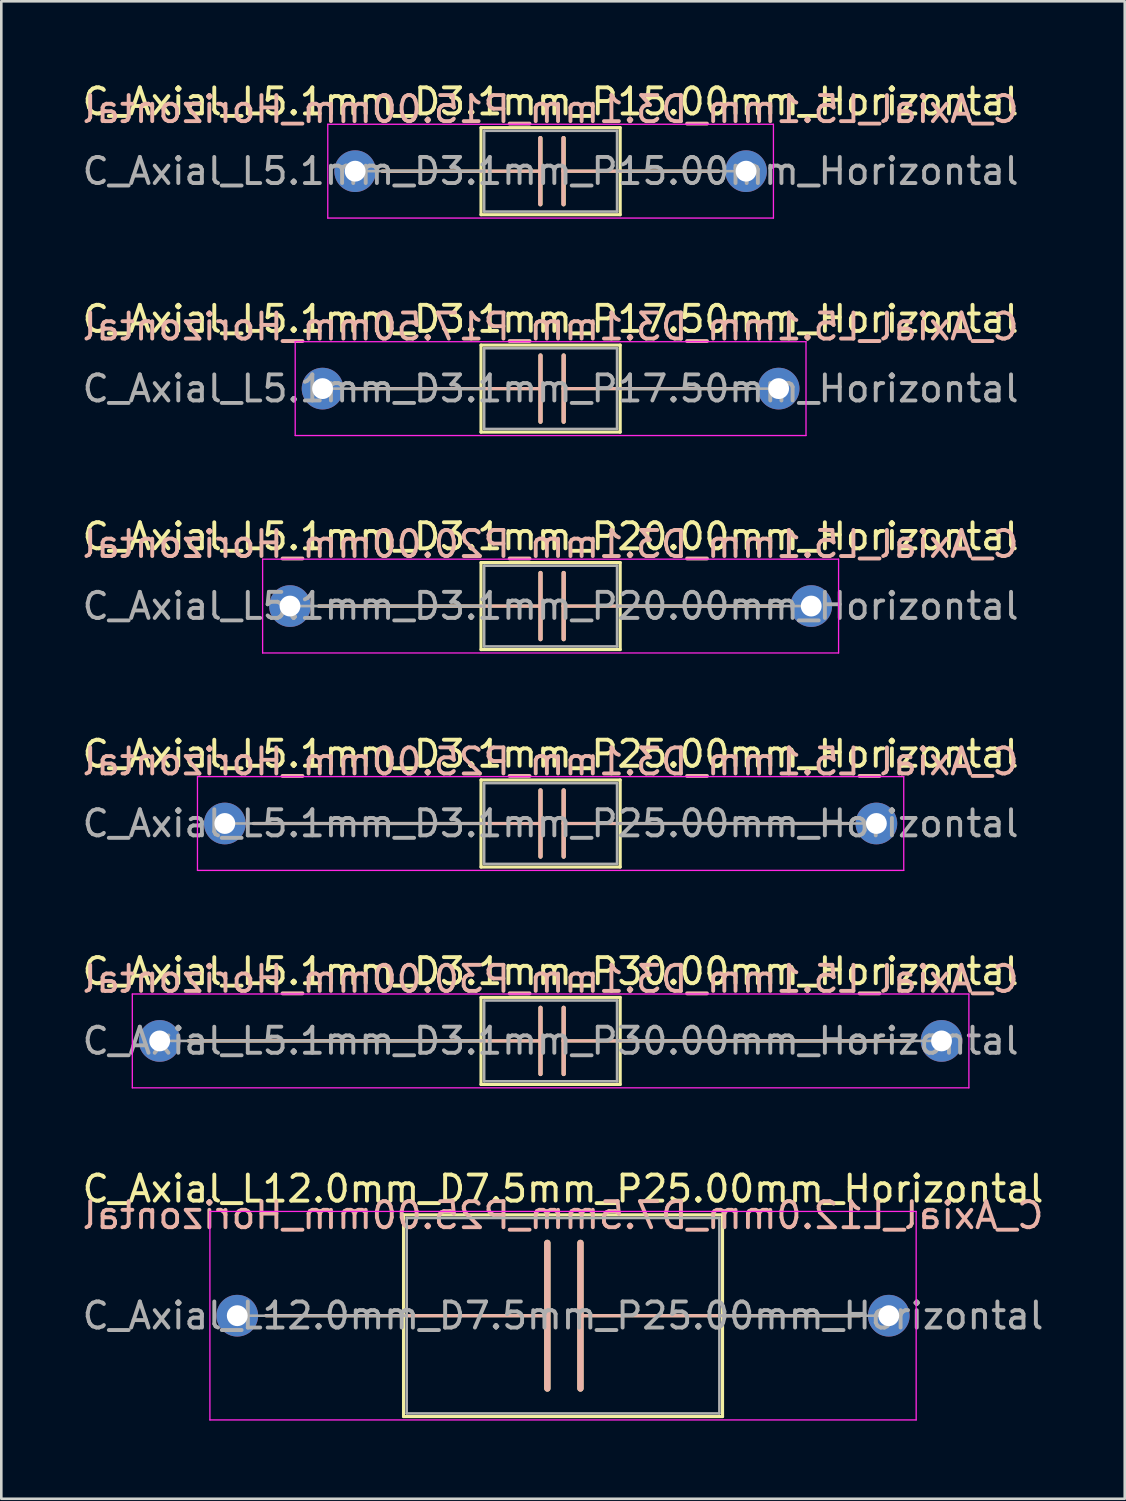
<source format=kicad_pcb>
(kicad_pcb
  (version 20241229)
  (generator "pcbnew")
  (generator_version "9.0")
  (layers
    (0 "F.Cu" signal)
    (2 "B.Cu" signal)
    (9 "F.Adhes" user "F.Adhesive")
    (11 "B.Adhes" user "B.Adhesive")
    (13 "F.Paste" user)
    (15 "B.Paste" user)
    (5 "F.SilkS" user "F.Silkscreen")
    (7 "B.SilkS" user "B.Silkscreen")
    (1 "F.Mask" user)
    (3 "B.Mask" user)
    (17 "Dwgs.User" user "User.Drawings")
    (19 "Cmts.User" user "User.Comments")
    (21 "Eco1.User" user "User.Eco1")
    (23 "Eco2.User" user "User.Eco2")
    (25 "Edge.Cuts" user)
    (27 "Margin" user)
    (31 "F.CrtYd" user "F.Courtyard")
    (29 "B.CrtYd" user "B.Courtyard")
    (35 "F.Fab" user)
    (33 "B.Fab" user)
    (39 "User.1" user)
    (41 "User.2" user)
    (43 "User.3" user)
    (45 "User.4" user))
  (footprint "C_Axial_L5.1mm_D3.1mm_P30.00mm_Horizontal"
    (layer "F.Cu")
    (at 3.077 36.891)
    (property "Reference" "C_Axial_L5.1mm_D3.1mm_P30.00mm_Horizontal" (at 15 -2.67 0) (layer "F.SilkS") (effects (font (size 1 1) (thickness 0.15))))
    (fp_line (start 1.1 0) (end 12.33 0) (stroke (width 0.12) (type solid)) (layer "F.SilkS"))
    (fp_line (start 12.33 -1.67) (end 12.33 1.67) (stroke (width 0.12) (type solid)) (layer "F.SilkS"))
    (fp_line (start 12.33 0) (end 14.612 0) (stroke (width 0.12) (type solid)) (layer "F.SilkS"))
    (fp_line (start 12.33 1.67) (end 17.67 1.67) (stroke (width 0.12) (type solid)) (layer "F.SilkS"))
    (fp_line (start 14.612 0) (end 14.612 -1.27) (stroke (width 0.16) (type solid)) (layer "F.SilkS"))
    (fp_line (start 14.612 0) (end 14.612 1.27) (stroke (width 0.16) (type solid)) (layer "F.SilkS"))
    (fp_line (start 15.501 0) (end 15.501 -1.27) (stroke (width 0.16) (type solid)) (layer "F.SilkS"))
    (fp_line (start 15.501 0) (end 15.501 1.27) (stroke (width 0.16) (type solid)) (layer "F.SilkS"))
    (fp_line (start 17.67 -1.67) (end 12.33 -1.67) (stroke (width 0.12) (type solid)) (layer "F.SilkS"))
    (fp_line (start 17.67 0) (end 15.501 0) (stroke (width 0.12) (type solid)) (layer "F.SilkS"))
    (fp_line (start 17.67 1.67) (end 17.67 -1.67) (stroke (width 0.12) (type solid)) (layer "F.SilkS"))
    (fp_line (start 28.9 0) (end 17.67 0) (stroke (width 0.12) (type solid)) (layer "F.SilkS"))
    (fp_line (start 1.1 0) (end 12.33 0) (stroke (width 0.12) (type solid)) (layer "B.SilkS"))
    (fp_line (start 12.33 0) (end 14.612 0) (stroke (width 0.12) (type solid)) (layer "B.SilkS"))
    (fp_line (start 14.612 0) (end 14.612 -1.27) (stroke (width 0.16) (type solid)) (layer "B.SilkS"))
    (fp_line (start 14.612 0) (end 14.612 1.27) (stroke (width 0.16) (type solid)) (layer "B.SilkS"))
    (fp_line (start 15.501 0) (end 15.501 -1.27) (stroke (width 0.16) (type solid)) (layer "B.SilkS"))
    (fp_line (start 15.501 0) (end 15.501 1.27) (stroke (width 0.16) (type solid)) (layer "B.SilkS"))
    (fp_line (start 17.67 0) (end 15.501 0) (stroke (width 0.12) (type solid)) (layer "B.SilkS"))
    (fp_line (start 28.9 0) (end 17.67 0) (stroke (width 0.12) (type solid)) (layer "B.SilkS"))
    (fp_line (start -1.05 -1.8) (end -1.05 1.8) (stroke (width 0.05) (type solid)) (layer "F.CrtYd"))
    (fp_line (start -1.05 1.8) (end 31.05 1.8) (stroke (width 0.05) (type solid)) (layer "F.CrtYd"))
    (fp_line (start 31.05 -1.8) (end -1.05 -1.8) (stroke (width 0.05) (type solid)) (layer "F.CrtYd"))
    (fp_line (start 31.05 1.8) (end 31.05 -1.8) (stroke (width 0.05) (type solid)) (layer "F.CrtYd"))
    (fp_line (start 0 0) (end 12.45 0) (stroke (width 0.1) (type solid)) (layer "F.Fab"))
    (fp_line (start 12.45 -1.55) (end 12.45 1.55) (stroke (width 0.1) (type solid)) (layer "F.Fab"))
    (fp_line (start 12.45 1.55) (end 17.55 1.55) (stroke (width 0.1) (type solid)) (layer "F.Fab"))
    (fp_line (start 17.55 -1.55) (end 12.45 -1.55) (stroke (width 0.1) (type solid)) (layer "F.Fab"))
    (fp_line (start 17.55 1.55) (end 17.55 -1.55) (stroke (width 0.1) (type solid)) (layer "F.Fab"))
    (fp_line (start 30 0) (end 17.55 0) (stroke (width 0.1) (type solid)) (layer "F.Fab"))
    (fp_text user "${REFERENCE}" (at 15 -2.375 0) (layer "B.SilkS") (effects (font (size 1 1) (thickness 0.15)) (justify mirror)))
    (fp_text user "${REFERENCE}" (at 15 0 0) (layer "F.Fab") (effects (font (size 1 1) (thickness 0.15))))
    (pad "1" thru_hole circle (at 0 0) (size 1.6 1.6) (drill 0.8) (layers "*.Cu" "*.Mask"))
    (pad "2" thru_hole oval (at 30 0) (size 1.6 1.6) (drill 0.8) (layers "*.Cu" "*.Mask")))
  (footprint "C_Axial_L12.0mm_D7.5mm_P25.00mm_Horizontal"
    (layer "F.Cu")
    (at 6.054 47.434)
    (property "Reference" "C_Axial_L12.0mm_D7.5mm_P25.00mm_Horizontal" (at 12.5 -4.87 0) (layer "F.SilkS") (effects (font (size 1 1) (thickness 0.15))))
    (fp_line (start 1.1 0) (end 6.38 0) (stroke (width 0.12) (type solid)) (layer "F.SilkS"))
    (fp_line (start 6.38 -3.87) (end 6.38 3.87) (stroke (width 0.12) (type solid)) (layer "F.SilkS"))
    (fp_line (start 6.38 0) (end 11.898 0) (stroke (width 0.12) (type solid)) (layer "F.SilkS"))
    (fp_line (start 6.38 3.87) (end 18.62 3.87) (stroke (width 0.12) (type solid)) (layer "F.SilkS"))
    (fp_line (start 11.898 -2.794) (end 11.898 2.794) (stroke (width 0.24) (type solid)) (layer "F.SilkS"))
    (fp_line (start 13.168 2.794) (end 13.168 -2.794) (stroke (width 0.24) (type solid)) (layer "F.SilkS"))
    (fp_line (start 18.62 -3.87) (end 6.38 -3.87) (stroke (width 0.12) (type solid)) (layer "F.SilkS"))
    (fp_line (start 18.62 0) (end 13.168 0) (stroke (width 0.12) (type solid)) (layer "F.SilkS"))
    (fp_line (start 18.62 3.87) (end 18.62 -3.87) (stroke (width 0.12) (type solid)) (layer "F.SilkS"))
    (fp_line (start 23.9 0) (end 18.62 0) (stroke (width 0.12) (type solid)) (layer "F.SilkS"))
    (fp_line (start 1.1 0) (end 6.38 0) (stroke (width 0.12) (type solid)) (layer "B.SilkS"))
    (fp_line (start 6.38 0) (end 11.898 0) (stroke (width 0.12) (type solid)) (layer "B.SilkS"))
    (fp_line (start 11.898 2.794) (end 11.898 -2.794) (stroke (width 0.24) (type solid)) (layer "B.SilkS"))
    (fp_line (start 13.168 -2.794) (end 13.168 2.794) (stroke (width 0.24) (type solid)) (layer "B.SilkS"))
    (fp_line (start 18.62 0) (end 13.168 0) (stroke (width 0.12) (type solid)) (layer "B.SilkS"))
    (fp_line (start 23.9 0) (end 18.62 0) (stroke (width 0.12) (type solid)) (layer "B.SilkS"))
    (fp_line (start -1.05 -4) (end -1.05 4) (stroke (width 0.05) (type solid)) (layer "F.CrtYd"))
    (fp_line (start -1.05 4) (end 26.05 4) (stroke (width 0.05) (type solid)) (layer "F.CrtYd"))
    (fp_line (start 26.05 -4) (end -1.05 -4) (stroke (width 0.05) (type solid)) (layer "F.CrtYd"))
    (fp_line (start 26.05 4) (end 26.05 -4) (stroke (width 0.05) (type solid)) (layer "F.CrtYd"))
    (fp_line (start 0 0) (end 6.5 0) (stroke (width 0.1) (type solid)) (layer "F.Fab"))
    (fp_line (start 6.5 -3.75) (end 6.5 3.75) (stroke (width 0.1) (type solid)) (layer "F.Fab"))
    (fp_line (start 6.5 3.75) (end 18.5 3.75) (stroke (width 0.1) (type solid)) (layer "F.Fab"))
    (fp_line (start 18.5 -3.75) (end 6.5 -3.75) (stroke (width 0.1) (type solid)) (layer "F.Fab"))
    (fp_line (start 18.5 3.75) (end 18.5 -3.75) (stroke (width 0.1) (type solid)) (layer "F.Fab"))
    (fp_line (start 25 0) (end 18.5 0) (stroke (width 0.1) (type solid)) (layer "F.Fab"))
    (fp_text user "${REFERENCE}" (at 12.5 -3.85 0) (layer "B.SilkS") (effects (font (size 1 1) (thickness 0.15)) (justify mirror)))
    (fp_text user "${REFERENCE}" (at 12.5 0 0) (layer "F.Fab") (effects (font (size 1 1) (thickness 0.15))))
    (pad "1" thru_hole circle (at 0 0) (size 1.6 1.6) (drill 0.8) (layers "*.Cu" "*.Mask"))
    (pad "2" thru_hole oval (at 25 0) (size 1.6 1.6) (drill 0.8) (layers "*.Cu" "*.Mask")))
  (footprint "C_Axial_L5.1mm_D3.1mm_P20.00mm_Horizontal"
    (layer "F.Cu")
    (at 8.077 20.205)
    (property "Reference" "C_Axial_L5.1mm_D3.1mm_P20.00mm_Horizontal" (at 10 -2.67 0) (layer "F.SilkS") (effects (font (size 1 1) (thickness 0.15))))
    (fp_line (start 1.1 0) (end 7.33 0) (stroke (width 0.12) (type solid)) (layer "F.SilkS"))
    (fp_line (start 7.33 -1.67) (end 7.33 1.67) (stroke (width 0.12) (type solid)) (layer "F.SilkS"))
    (fp_line (start 7.33 0) (end 9.612 0) (stroke (width 0.12) (type solid)) (layer "F.SilkS"))
    (fp_line (start 7.33 1.67) (end 12.67 1.67) (stroke (width 0.12) (type solid)) (layer "F.SilkS"))
    (fp_line (start 9.612 0) (end 9.612 -1.27) (stroke (width 0.16) (type solid)) (layer "F.SilkS"))
    (fp_line (start 9.612 0) (end 9.612 1.27) (stroke (width 0.16) (type solid)) (layer "F.SilkS"))
    (fp_line (start 10.501 0) (end 10.501 -1.27) (stroke (width 0.16) (type solid)) (layer "F.SilkS"))
    (fp_line (start 10.501 0) (end 10.501 1.27) (stroke (width 0.16) (type solid)) (layer "F.SilkS"))
    (fp_line (start 12.67 -1.67) (end 7.33 -1.67) (stroke (width 0.12) (type solid)) (layer "F.SilkS"))
    (fp_line (start 12.67 0) (end 10.501 0) (stroke (width 0.12) (type solid)) (layer "F.SilkS"))
    (fp_line (start 12.67 1.67) (end 12.67 -1.67) (stroke (width 0.12) (type solid)) (layer "F.SilkS"))
    (fp_line (start 18.9 0) (end 12.67 0) (stroke (width 0.12) (type solid)) (layer "F.SilkS"))
    (fp_line (start 1.1 0) (end 7.33 0) (stroke (width 0.12) (type solid)) (layer "B.SilkS"))
    (fp_line (start 7.33 0) (end 9.612 0) (stroke (width 0.12) (type solid)) (layer "B.SilkS"))
    (fp_line (start 9.612 0) (end 9.612 -1.27) (stroke (width 0.16) (type solid)) (layer "B.SilkS"))
    (fp_line (start 9.612 0) (end 9.612 1.27) (stroke (width 0.16) (type solid)) (layer "B.SilkS"))
    (fp_line (start 10.501 0) (end 10.501 -1.27) (stroke (width 0.16) (type solid)) (layer "B.SilkS"))
    (fp_line (start 10.501 0) (end 10.501 1.27) (stroke (width 0.16) (type solid)) (layer "B.SilkS"))
    (fp_line (start 12.67 0) (end 10.501 0) (stroke (width 0.12) (type solid)) (layer "B.SilkS"))
    (fp_line (start 18.9 0) (end 12.67 0) (stroke (width 0.12) (type solid)) (layer "B.SilkS"))
    (fp_line (start -1.05 -1.8) (end -1.05 1.8) (stroke (width 0.05) (type solid)) (layer "F.CrtYd"))
    (fp_line (start -1.05 1.8) (end 21.05 1.8) (stroke (width 0.05) (type solid)) (layer "F.CrtYd"))
    (fp_line (start 21.05 -1.8) (end -1.05 -1.8) (stroke (width 0.05) (type solid)) (layer "F.CrtYd"))
    (fp_line (start 21.05 1.8) (end 21.05 -1.8) (stroke (width 0.05) (type solid)) (layer "F.CrtYd"))
    (fp_line (start 0 0) (end 7.45 0) (stroke (width 0.1) (type solid)) (layer "F.Fab"))
    (fp_line (start 7.45 -1.55) (end 7.45 1.55) (stroke (width 0.1) (type solid)) (layer "F.Fab"))
    (fp_line (start 7.45 1.55) (end 12.55 1.55) (stroke (width 0.1) (type solid)) (layer "F.Fab"))
    (fp_line (start 12.55 -1.55) (end 7.45 -1.55) (stroke (width 0.1) (type solid)) (layer "F.Fab"))
    (fp_line (start 12.55 1.55) (end 12.55 -1.55) (stroke (width 0.1) (type solid)) (layer "F.Fab"))
    (fp_line (start 20 0) (end 12.55 0) (stroke (width 0.1) (type solid)) (layer "F.Fab"))
    (fp_text user "${REFERENCE}" (at 10 -2.375 0) (layer "B.SilkS") (effects (font (size 1 1) (thickness 0.15)) (justify mirror)))
    (fp_text user "${REFERENCE}" (at 10 0 0) (layer "F.Fab") (effects (font (size 1 1) (thickness 0.15))))
    (pad "1" thru_hole circle (at 0 0) (size 1.6 1.6) (drill 0.8) (layers "*.Cu" "*.Mask"))
    (pad "2" thru_hole oval (at 20 0) (size 1.6 1.6) (drill 0.8) (layers "*.Cu" "*.Mask")))
  (footprint "C_Axial_L5.1mm_D3.1mm_P15.00mm_Horizontal"
    (layer "F.Cu")
    (at 10.577 3.518)
    (property "Reference" "C_Axial_L5.1mm_D3.1mm_P15.00mm_Horizontal" (at 7.5 -2.67 0) (layer "F.SilkS") (effects (font (size 1 1) (thickness 0.15))))
    (fp_line (start 1.04 0) (end 4.83 0) (stroke (width 0.12) (type solid)) (layer "F.SilkS"))
    (fp_line (start 4.826 0) (end 7.112 0) (stroke (width 0.12) (type solid)) (layer "F.SilkS"))
    (fp_line (start 4.83 -1.67) (end 4.83 1.67) (stroke (width 0.12) (type solid)) (layer "F.SilkS"))
    (fp_line (start 4.83 1.67) (end 10.17 1.67) (stroke (width 0.12) (type solid)) (layer "F.SilkS"))
    (fp_line (start 7.112 0) (end 7.112 -1.27) (stroke (width 0.16) (type solid)) (layer "F.SilkS"))
    (fp_line (start 7.112 0) (end 7.112 1.27) (stroke (width 0.16) (type solid)) (layer "F.SilkS"))
    (fp_line (start 8.001 0) (end 8.001 -1.27) (stroke (width 0.16) (type solid)) (layer "F.SilkS"))
    (fp_line (start 8.001 0) (end 8.001 1.27) (stroke (width 0.16) (type solid)) (layer "F.SilkS"))
    (fp_line (start 10.17 -1.67) (end 4.83 -1.67) (stroke (width 0.12) (type solid)) (layer "F.SilkS"))
    (fp_line (start 10.17 0) (end 8.001 0) (stroke (width 0.12) (type solid)) (layer "F.SilkS"))
    (fp_line (start 10.17 1.67) (end 10.17 -1.67) (stroke (width 0.12) (type solid)) (layer "F.SilkS"))
    (fp_line (start 13.96 0) (end 10.17 0) (stroke (width 0.12) (type solid)) (layer "F.SilkS"))
    (fp_line (start 1.03 0) (end 4.82 0) (stroke (width 0.12) (type solid)) (layer "B.SilkS"))
    (fp_line (start 4.816 0) (end 7.102 0) (stroke (width 0.12) (type solid)) (layer "B.SilkS"))
    (fp_line (start 7.102 0) (end 7.102 -1.27) (stroke (width 0.16) (type solid)) (layer "B.SilkS"))
    (fp_line (start 7.102 0) (end 7.102 1.27) (stroke (width 0.16) (type solid)) (layer "B.SilkS"))
    (fp_line (start 7.991 0) (end 7.991 -1.27) (stroke (width 0.16) (type solid)) (layer "B.SilkS"))
    (fp_line (start 7.991 0) (end 7.991 1.27) (stroke (width 0.16) (type solid)) (layer "B.SilkS"))
    (fp_line (start 10.16 0) (end 7.991 0) (stroke (width 0.12) (type solid)) (layer "B.SilkS"))
    (fp_line (start 13.95 0) (end 10.16 0) (stroke (width 0.12) (type solid)) (layer "B.SilkS"))
    (fp_line (start -1.05 -1.8) (end -1.05 1.8) (stroke (width 0.05) (type solid)) (layer "F.CrtYd"))
    (fp_line (start -1.05 1.8) (end 16.05 1.8) (stroke (width 0.05) (type solid)) (layer "F.CrtYd"))
    (fp_line (start 16.05 -1.8) (end -1.05 -1.8) (stroke (width 0.05) (type solid)) (layer "F.CrtYd"))
    (fp_line (start 16.05 1.8) (end 16.05 -1.8) (stroke (width 0.05) (type solid)) (layer "F.CrtYd"))
    (fp_line (start 0 0) (end 4.95 0) (stroke (width 0.1) (type solid)) (layer "F.Fab"))
    (fp_line (start 4.95 -1.55) (end 4.95 1.55) (stroke (width 0.1) (type solid)) (layer "F.Fab"))
    (fp_line (start 4.95 1.55) (end 10.05 1.55) (stroke (width 0.1) (type solid)) (layer "F.Fab"))
    (fp_line (start 10.05 -1.55) (end 4.95 -1.55) (stroke (width 0.1) (type solid)) (layer "F.Fab"))
    (fp_line (start 10.05 1.55) (end 10.05 -1.55) (stroke (width 0.1) (type solid)) (layer "F.Fab"))
    (fp_line (start 15 0) (end 10.05 0) (stroke (width 0.1) (type solid)) (layer "F.Fab"))
    (fp_text user "${REFERENCE}" (at 7.5 -2.375 0) (layer "B.SilkS") (effects (font (size 1 1) (thickness 0.15)) (justify mirror)))
    (fp_text user "${REFERENCE}" (at 7.5 0 0) (layer "F.Fab") (effects (font (size 1 1) (thickness 0.15))))
    (pad "1" thru_hole circle (at 0 0) (size 1.6 1.6) (drill 0.8) (layers "*.Cu" "*.Mask"))
    (pad "2" thru_hole oval (at 15 0) (size 1.6 1.6) (drill 0.8) (layers "*.Cu" "*.Mask")))
  (footprint "C_Axial_L5.1mm_D3.1mm_P17.50mm_Horizontal"
    (layer "F.Cu")
    (at 9.327 11.861)
    (property "Reference" "C_Axial_L5.1mm_D3.1mm_P17.50mm_Horizontal" (at 8.75 -2.67 0) (layer "F.SilkS") (effects (font (size 1 1) (thickness 0.15))))
    (fp_line (start 1.1 0) (end 6.08 0) (stroke (width 0.12) (type solid)) (layer "F.SilkS"))
    (fp_line (start 6.08 -1.67) (end 6.08 1.67) (stroke (width 0.12) (type solid)) (layer "F.SilkS"))
    (fp_line (start 6.08 0) (end 8.362 0) (stroke (width 0.12) (type solid)) (layer "F.SilkS"))
    (fp_line (start 6.08 1.67) (end 11.42 1.67) (stroke (width 0.12) (type solid)) (layer "F.SilkS"))
    (fp_line (start 8.362 0) (end 8.362 -1.27) (stroke (width 0.16) (type solid)) (layer "F.SilkS"))
    (fp_line (start 8.362 0) (end 8.362 1.27) (stroke (width 0.16) (type solid)) (layer "F.SilkS"))
    (fp_line (start 9.251 0) (end 9.251 -1.27) (stroke (width 0.16) (type solid)) (layer "F.SilkS"))
    (fp_line (start 9.251 0) (end 9.251 1.27) (stroke (width 0.16) (type solid)) (layer "F.SilkS"))
    (fp_line (start 11.42 -1.67) (end 6.08 -1.67) (stroke (width 0.12) (type solid)) (layer "F.SilkS"))
    (fp_line (start 11.42 1.67) (end 11.42 -1.67) (stroke (width 0.12) (type solid)) (layer "F.SilkS"))
    (fp_line (start 11.43 0) (end 9.251 0) (stroke (width 0.12) (type solid)) (layer "F.SilkS"))
    (fp_line (start 16.4 0) (end 11.42 0) (stroke (width 0.12) (type solid)) (layer "F.SilkS"))
    (fp_line (start 1.1 0) (end 6.08 0) (stroke (width 0.12) (type solid)) (layer "B.SilkS"))
    (fp_line (start 6.08 0) (end 8.362 0) (stroke (width 0.12) (type solid)) (layer "B.SilkS"))
    (fp_line (start 8.362 0) (end 8.362 -1.27) (stroke (width 0.16) (type solid)) (layer "B.SilkS"))
    (fp_line (start 8.362 0) (end 8.362 1.27) (stroke (width 0.16) (type solid)) (layer "B.SilkS"))
    (fp_line (start 9.251 0) (end 9.251 -1.27) (stroke (width 0.16) (type solid)) (layer "B.SilkS"))
    (fp_line (start 9.251 0) (end 9.251 1.27) (stroke (width 0.16) (type solid)) (layer "B.SilkS"))
    (fp_line (start 11.43 0) (end 9.251 0) (stroke (width 0.12) (type solid)) (layer "B.SilkS"))
    (fp_line (start 16.4 0) (end 11.42 0) (stroke (width 0.12) (type solid)) (layer "B.SilkS"))
    (fp_line (start -1.05 -1.8) (end -1.05 1.8) (stroke (width 0.05) (type solid)) (layer "F.CrtYd"))
    (fp_line (start -1.05 1.8) (end 18.55 1.8) (stroke (width 0.05) (type solid)) (layer "F.CrtYd"))
    (fp_line (start 18.55 -1.8) (end -1.05 -1.8) (stroke (width 0.05) (type solid)) (layer "F.CrtYd"))
    (fp_line (start 18.55 1.8) (end 18.55 -1.8) (stroke (width 0.05) (type solid)) (layer "F.CrtYd"))
    (fp_line (start 0 0) (end 6.2 0) (stroke (width 0.1) (type solid)) (layer "F.Fab"))
    (fp_line (start 6.2 -1.55) (end 6.2 1.55) (stroke (width 0.1) (type solid)) (layer "F.Fab"))
    (fp_line (start 6.2 1.55) (end 11.3 1.55) (stroke (width 0.1) (type solid)) (layer "F.Fab"))
    (fp_line (start 11.3 -1.55) (end 6.2 -1.55) (stroke (width 0.1) (type solid)) (layer "F.Fab"))
    (fp_line (start 11.3 1.55) (end 11.3 -1.55) (stroke (width 0.1) (type solid)) (layer "F.Fab"))
    (fp_line (start 17.5 0) (end 11.3 0) (stroke (width 0.1) (type solid)) (layer "F.Fab"))
    (fp_text user "${REFERENCE}" (at 8.75 -2.375 0) (layer "B.SilkS") (effects (font (size 1 1) (thickness 0.15)) (justify mirror)))
    (fp_text user "${REFERENCE}" (at 8.75 0 0) (layer "F.Fab") (effects (font (size 1 1) (thickness 0.15))))
    (pad "1" thru_hole circle (at 0 0) (size 1.6 1.6) (drill 0.8) (layers "*.Cu" "*.Mask"))
    (pad "2" thru_hole oval (at 17.5 0) (size 1.6 1.6) (drill 0.8) (layers "*.Cu" "*.Mask")))
  (footprint "C_Axial_L5.1mm_D3.1mm_P25.00mm_Horizontal"
    (layer "F.Cu")
    (at 5.577 28.548)
    (property "Reference" "C_Axial_L5.1mm_D3.1mm_P25.00mm_Horizontal" (at 12.5 -2.67 0) (layer "F.SilkS") (effects (font (size 1 1) (thickness 0.15))))
    (fp_line (start 1.1 0) (end 9.83 0) (stroke (width 0.12) (type solid)) (layer "F.SilkS"))
    (fp_line (start 9.83 -1.67) (end 9.83 1.67) (stroke (width 0.12) (type solid)) (layer "F.SilkS"))
    (fp_line (start 9.83 0) (end 12.112 0) (stroke (width 0.12) (type solid)) (layer "F.SilkS"))
    (fp_line (start 9.83 1.67) (end 15.17 1.67) (stroke (width 0.12) (type solid)) (layer "F.SilkS"))
    (fp_line (start 12.112 0) (end 12.112 -1.27) (stroke (width 0.16) (type solid)) (layer "F.SilkS"))
    (fp_line (start 12.112 0) (end 12.112 1.27) (stroke (width 0.16) (type solid)) (layer "F.SilkS"))
    (fp_line (start 13.001 0) (end 13.001 -1.27) (stroke (width 0.16) (type solid)) (layer "F.SilkS"))
    (fp_line (start 13.001 0) (end 13.001 1.27) (stroke (width 0.16) (type solid)) (layer "F.SilkS"))
    (fp_line (start 15.17 -1.67) (end 9.83 -1.67) (stroke (width 0.12) (type solid)) (layer "F.SilkS"))
    (fp_line (start 15.17 0) (end 13.001 0) (stroke (width 0.12) (type solid)) (layer "F.SilkS"))
    (fp_line (start 15.17 1.67) (end 15.17 -1.67) (stroke (width 0.12) (type solid)) (layer "F.SilkS"))
    (fp_line (start 23.9 0) (end 15.17 0) (stroke (width 0.12) (type solid)) (layer "F.SilkS"))
    (fp_line (start 1.1 0) (end 9.83 0) (stroke (width 0.12) (type solid)) (layer "B.SilkS"))
    (fp_line (start 9.83 0) (end 12.112 0) (stroke (width 0.12) (type solid)) (layer "B.SilkS"))
    (fp_line (start 12.112 0) (end 12.112 -1.27) (stroke (width 0.16) (type solid)) (layer "B.SilkS"))
    (fp_line (start 12.112 0) (end 12.112 1.27) (stroke (width 0.16) (type solid)) (layer "B.SilkS"))
    (fp_line (start 13.001 0) (end 13.001 -1.27) (stroke (width 0.16) (type solid)) (layer "B.SilkS"))
    (fp_line (start 13.001 0) (end 13.001 1.27) (stroke (width 0.16) (type solid)) (layer "B.SilkS"))
    (fp_line (start 15.17 0) (end 13.001 0) (stroke (width 0.12) (type solid)) (layer "B.SilkS"))
    (fp_line (start 23.9 0) (end 15.17 0) (stroke (width 0.12) (type solid)) (layer "B.SilkS"))
    (fp_line (start -1.05 -1.8) (end -1.05 1.8) (stroke (width 0.05) (type solid)) (layer "F.CrtYd"))
    (fp_line (start -1.05 1.8) (end 26.05 1.8) (stroke (width 0.05) (type solid)) (layer "F.CrtYd"))
    (fp_line (start 26.05 -1.8) (end -1.05 -1.8) (stroke (width 0.05) (type solid)) (layer "F.CrtYd"))
    (fp_line (start 26.05 1.8) (end 26.05 -1.8) (stroke (width 0.05) (type solid)) (layer "F.CrtYd"))
    (fp_line (start 0 0) (end 9.95 0) (stroke (width 0.1) (type solid)) (layer "F.Fab"))
    (fp_line (start 9.95 -1.55) (end 9.95 1.55) (stroke (width 0.1) (type solid)) (layer "F.Fab"))
    (fp_line (start 9.95 1.55) (end 15.05 1.55) (stroke (width 0.1) (type solid)) (layer "F.Fab"))
    (fp_line (start 15.05 -1.55) (end 9.95 -1.55) (stroke (width 0.1) (type solid)) (layer "F.Fab"))
    (fp_line (start 15.05 1.55) (end 15.05 -1.55) (stroke (width 0.1) (type solid)) (layer "F.Fab"))
    (fp_line (start 25 0) (end 15.05 0) (stroke (width 0.1) (type solid)) (layer "F.Fab"))
    (fp_text user "${REFERENCE}" (at 12.5 -2.375 0) (layer "B.SilkS") (effects (font (size 1 1) (thickness 0.15)) (justify mirror)))
    (fp_text user "${REFERENCE}" (at 12.5 0 0) (layer "F.Fab") (effects (font (size 1 1) (thickness 0.15))))
    (pad "1" thru_hole circle (at 0 0) (size 1.6 1.6) (drill 0.8) (layers "*.Cu" "*.Mask"))
    (pad "2" thru_hole oval (at 25 0) (size 1.6 1.6) (drill 0.8) (layers "*.Cu" "*.Mask")))
  (gr_rect
    (start -3 -3)
    (end 40.107 54.459)
    (stroke (width 0.1) (type default))
    (fill no)
    (layer "Edge.Cuts")))
</source>
